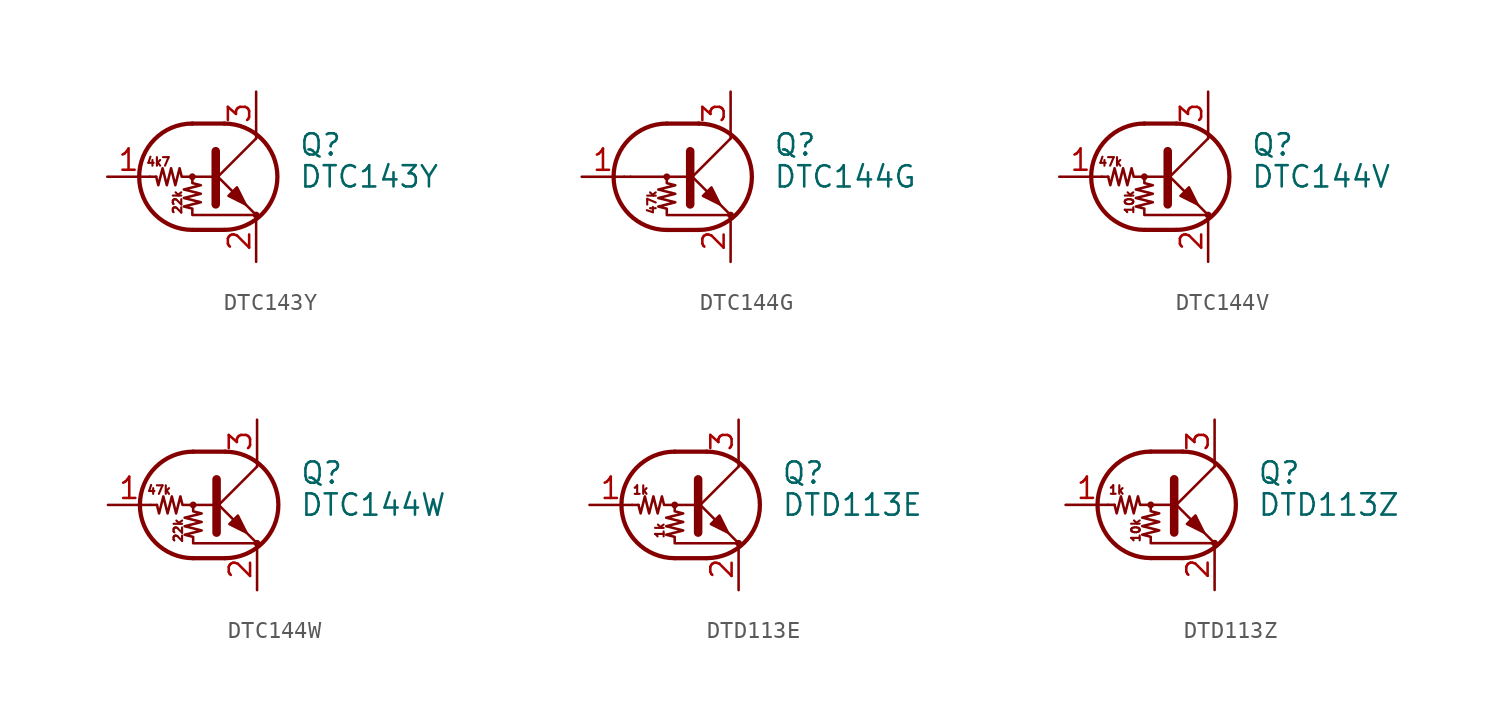
<source format=kicad_sym>
(kicad_symbol_lib
  (version 20220914)
  (generator kicad_symbol_editor)
  (symbol "DTC143Y"
    (pin_names
      (offset 0) hide)
    (property "Reference" "Q"
      (at 5.08 1.905 0)
      (effects (font (size 1.27 1.27)) (justify left)))
    (property "Value" "DTC143Y"
      (at 5.08 0 0)
      (effects (font (size 1.27 1.27)) (justify left)))
    (symbol "DTC143Y_0_0"
      (text "22k" (at -2.159 -1.524 900) (effects (font (size 0.508 0.508))))
      (text "4k7" (at -3.302 0.889 0) (effects (font (size 0.508 0.508)))))
    (symbol "DTC143Y_0_1"
      (circle (center -1.27 0) (radius 0.127) (stroke (width 0) (type default)) (fill (type none)))
      (arc (start -1.27 3.175) (mid -4.4312 0) (end -1.27 -3.175) (stroke (width 0.254) (type default)) (fill (type none)))
      (polyline (pts (xy -3.429 0) (xy -3.81 0)) (stroke (width 0) (type default)) (fill (type none)))
      (polyline (pts (xy -1.27 -3.175) (xy 0.635 -3.175)) (stroke (width 0.254) (type default)) (fill (type none)))
      (polyline (pts (xy -1.27 3.175) (xy 0.635 3.175)) (stroke (width 0.254) (type default)) (fill (type none)))
      (polyline (pts (xy 0 -0.254) (xy 2.54 2.286)) (stroke (width 0) (type default)) (fill (type none)))
      (polyline (pts (xy 0.127 1.524) (xy 0.127 -1.651)) (stroke (width 0.508) (type default)) (fill (type outline)))
      (polyline (pts (xy 2.54 2.286) (xy 2.54 2.54)) (stroke (width 0) (type default)) (fill (type none)))
      (polyline (pts (xy 2.54 -2.286) (xy 0 0.254) (xy 0 0.254)) (stroke (width 0) (type default)) (fill (type none)))
      (polyline (pts (xy 0.889 -1.143) (xy 1.397 -0.635) (xy 1.905 -1.651) (xy 0.889 -1.143)) (stroke (width 0) (type default)) (fill (type outline)))
      (polyline (pts (xy 0 0) (xy -1.905 0) (xy -2.032 0.508) (xy -2.286 -0.508) (xy -2.54 0.508) (xy -2.794 -0.508) (xy -3.048 0.508) (xy -3.302 -0.508) (xy -3.429 0)) (stroke (width 0) (type default)) (fill (type none)))
      (polyline (pts (xy -1.27 0) (xy -1.27 -0.381) (xy -0.762 -0.508) (xy -1.778 -0.762) (xy -0.762 -1.016) (xy -1.778 -1.27) (xy -0.762 -1.524) (xy -1.778 -1.778) (xy -1.27 -1.905) (xy -1.27 -2.286) (xy 2.54 -2.286)) (stroke (width 0) (type default)) (fill (type none)))
      (arc (start 0.635 -3.175) (mid 3.7962 0) (end 0.635 3.175) (stroke (width 0.254) (type default)) (fill (type none)))
      (circle (center 2.54 -2.286) (radius 0.127) (stroke (width 0) (type default)) (fill (type none))))
    (symbol "DTC143Y_1_1"
      (pin input line (at -6.35 0 0) (length 2.54) (name "B" (effects (font (size 1.27 1.27)))) (number "1" (effects (font (size 1.27 1.27)))))
      (pin passive line (at 2.54 -5.08 90) (length 2.54) (name "E" (effects (font (size 1.27 1.27)))) (number "2" (effects (font (size 1.27 1.27)))))
      (pin passive line (at 2.54 5.08 270) (length 2.54) (name "C" (effects (font (size 1.27 1.27)))) (number "3" (effects (font (size 1.27 1.27)))))))
  (symbol "DTC144G"
    (pin_names
      (offset 0) hide)
    (property "Reference" "Q"
      (at 5.08 1.905 0)
      (effects (font (size 1.27 1.27)) (justify left)))
    (property "Value" "DTC144G"
      (at 5.08 0 0)
      (effects (font (size 1.27 1.27)) (justify left)))
    (symbol "DTC144G_0_0"
      (polyline (pts (xy -3.429 0) (xy 0 0)) (stroke (width 0) (type default)) (fill (type none)))
      (text "47k" (at -2.159 -1.524 900) (effects (font (size 0.508 0.508)))))
    (symbol "DTC144G_0_1"
      (circle (center -1.27 0) (radius 0.127) (stroke (width 0) (type default)) (fill (type none)))
      (arc (start -1.27 3.175) (mid -4.4312 0) (end -1.27 -3.175) (stroke (width 0.254) (type default)) (fill (type none)))
      (polyline (pts (xy -3.429 0) (xy -3.81 0)) (stroke (width 0) (type default)) (fill (type none)))
      (polyline (pts (xy -1.27 -3.175) (xy 0.635 -3.175)) (stroke (width 0.254) (type default)) (fill (type none)))
      (polyline (pts (xy -1.27 3.175) (xy 0.635 3.175)) (stroke (width 0.254) (type default)) (fill (type none)))
      (polyline (pts (xy 0 -0.254) (xy 2.54 2.286)) (stroke (width 0) (type default)) (fill (type none)))
      (polyline (pts (xy 0.127 1.524) (xy 0.127 -1.651)) (stroke (width 0.508) (type default)) (fill (type outline)))
      (polyline (pts (xy 2.54 2.286) (xy 2.54 2.54)) (stroke (width 0) (type default)) (fill (type none)))
      (polyline (pts (xy 2.54 -2.286) (xy 0 0.254) (xy 0 0.254)) (stroke (width 0) (type default)) (fill (type none)))
      (polyline (pts (xy 0.889 -1.143) (xy 1.397 -0.635) (xy 1.905 -1.651) (xy 0.889 -1.143)) (stroke (width 0) (type default)) (fill (type outline)))
      (polyline (pts (xy -1.27 0) (xy -1.27 -0.381) (xy -0.762 -0.508) (xy -1.778 -0.762) (xy -0.762 -1.016) (xy -1.778 -1.27) (xy -0.762 -1.524) (xy -1.778 -1.778) (xy -1.27 -1.905) (xy -1.27 -2.286) (xy 2.54 -2.286)) (stroke (width 0) (type default)) (fill (type none)))
      (arc (start 0.635 -3.175) (mid 3.7962 0) (end 0.635 3.175) (stroke (width 0.254) (type default)) (fill (type none)))
      (circle (center 2.54 -2.286) (radius 0.127) (stroke (width 0) (type default)) (fill (type none))))
    (symbol "DTC144G_1_1"
      (pin input line (at -6.35 0 0) (length 2.54) (name "B" (effects (font (size 1.27 1.27)))) (number "1" (effects (font (size 1.27 1.27)))))
      (pin passive line (at 2.54 -5.08 90) (length 2.54) (name "E" (effects (font (size 1.27 1.27)))) (number "2" (effects (font (size 1.27 1.27)))))
      (pin passive line (at 2.54 5.08 270) (length 2.54) (name "C" (effects (font (size 1.27 1.27)))) (number "3" (effects (font (size 1.27 1.27)))))))
  (symbol "DTC144V"
    (pin_names
      (offset 0) hide)
    (property "Reference" "Q"
      (at 5.08 1.905 0)
      (effects (font (size 1.27 1.27)) (justify left)))
    (property "Value" "DTC144V"
      (at 5.08 0 0)
      (effects (font (size 1.27 1.27)) (justify left)))
    (symbol "DTC144V_0_0"
      (text "10k" (at -2.159 -1.524 900) (effects (font (size 0.508 0.508))))
      (text "47k" (at -3.302 0.889 0) (effects (font (size 0.508 0.508)))))
    (symbol "DTC144V_0_1"
      (circle (center -1.27 0) (radius 0.127) (stroke (width 0) (type default)) (fill (type none)))
      (arc (start -1.27 3.175) (mid -4.4312 0) (end -1.27 -3.175) (stroke (width 0.254) (type default)) (fill (type none)))
      (polyline (pts (xy -3.429 0) (xy -3.81 0)) (stroke (width 0) (type default)) (fill (type none)))
      (polyline (pts (xy -1.27 -3.175) (xy 0.635 -3.175)) (stroke (width 0.254) (type default)) (fill (type none)))
      (polyline (pts (xy -1.27 3.175) (xy 0.635 3.175)) (stroke (width 0.254) (type default)) (fill (type none)))
      (polyline (pts (xy 0 -0.254) (xy 2.54 2.286)) (stroke (width 0) (type default)) (fill (type none)))
      (polyline (pts (xy 0.127 1.524) (xy 0.127 -1.651)) (stroke (width 0.508) (type default)) (fill (type outline)))
      (polyline (pts (xy 2.54 2.286) (xy 2.54 2.54)) (stroke (width 0) (type default)) (fill (type none)))
      (polyline (pts (xy 2.54 -2.286) (xy 0 0.254) (xy 0 0.254)) (stroke (width 0) (type default)) (fill (type none)))
      (polyline (pts (xy 0.889 -1.143) (xy 1.397 -0.635) (xy 1.905 -1.651) (xy 0.889 -1.143)) (stroke (width 0) (type default)) (fill (type outline)))
      (polyline (pts (xy 0 0) (xy -1.905 0) (xy -2.032 0.508) (xy -2.286 -0.508) (xy -2.54 0.508) (xy -2.794 -0.508) (xy -3.048 0.508) (xy -3.302 -0.508) (xy -3.429 0)) (stroke (width 0) (type default)) (fill (type none)))
      (polyline (pts (xy -1.27 0) (xy -1.27 -0.381) (xy -0.762 -0.508) (xy -1.778 -0.762) (xy -0.762 -1.016) (xy -1.778 -1.27) (xy -0.762 -1.524) (xy -1.778 -1.778) (xy -1.27 -1.905) (xy -1.27 -2.286) (xy 2.54 -2.286)) (stroke (width 0) (type default)) (fill (type none)))
      (arc (start 0.635 -3.175) (mid 3.7962 0) (end 0.635 3.175) (stroke (width 0.254) (type default)) (fill (type none)))
      (circle (center 2.54 -2.286) (radius 0.127) (stroke (width 0) (type default)) (fill (type none))))
    (symbol "DTC144V_1_1"
      (pin input line (at -6.35 0 0) (length 2.54) (name "B" (effects (font (size 1.27 1.27)))) (number "1" (effects (font (size 1.27 1.27)))))
      (pin passive line (at 2.54 -5.08 90) (length 2.54) (name "E" (effects (font (size 1.27 1.27)))) (number "2" (effects (font (size 1.27 1.27)))))
      (pin passive line (at 2.54 5.08 270) (length 2.54) (name "C" (effects (font (size 1.27 1.27)))) (number "3" (effects (font (size 1.27 1.27)))))))
  (symbol "DTC144W"
    (pin_names
      (offset 0) hide)
    (property "Reference" "Q"
      (at 5.08 1.905 0)
      (effects (font (size 1.27 1.27)) (justify left)))
    (property "Value" "DTC144W"
      (at 5.08 0 0)
      (effects (font (size 1.27 1.27)) (justify left)))
    (symbol "DTC144W_0_0"
      (text "22k" (at -2.159 -1.524 900) (effects (font (size 0.508 0.508))))
      (text "47k" (at -3.302 0.889 0) (effects (font (size 0.508 0.508)))))
    (symbol "DTC144W_0_1"
      (circle (center -1.27 0) (radius 0.127) (stroke (width 0) (type default)) (fill (type none)))
      (arc (start -1.27 3.175) (mid -4.4312 0) (end -1.27 -3.175) (stroke (width 0.254) (type default)) (fill (type none)))
      (polyline (pts (xy -3.429 0) (xy -3.81 0)) (stroke (width 0) (type default)) (fill (type none)))
      (polyline (pts (xy -1.27 -3.175) (xy 0.635 -3.175)) (stroke (width 0.254) (type default)) (fill (type none)))
      (polyline (pts (xy -1.27 3.175) (xy 0.635 3.175)) (stroke (width 0.254) (type default)) (fill (type none)))
      (polyline (pts (xy 0 -0.254) (xy 2.54 2.286)) (stroke (width 0) (type default)) (fill (type none)))
      (polyline (pts (xy 0.127 1.524) (xy 0.127 -1.651)) (stroke (width 0.508) (type default)) (fill (type outline)))
      (polyline (pts (xy 2.54 2.286) (xy 2.54 2.54)) (stroke (width 0) (type default)) (fill (type none)))
      (polyline (pts (xy 2.54 -2.286) (xy 0 0.254) (xy 0 0.254)) (stroke (width 0) (type default)) (fill (type none)))
      (polyline (pts (xy 0.889 -1.143) (xy 1.397 -0.635) (xy 1.905 -1.651) (xy 0.889 -1.143)) (stroke (width 0) (type default)) (fill (type outline)))
      (polyline (pts (xy 0 0) (xy -1.905 0) (xy -2.032 0.508) (xy -2.286 -0.508) (xy -2.54 0.508) (xy -2.794 -0.508) (xy -3.048 0.508) (xy -3.302 -0.508) (xy -3.429 0)) (stroke (width 0) (type default)) (fill (type none)))
      (polyline (pts (xy -1.27 0) (xy -1.27 -0.381) (xy -0.762 -0.508) (xy -1.778 -0.762) (xy -0.762 -1.016) (xy -1.778 -1.27) (xy -0.762 -1.524) (xy -1.778 -1.778) (xy -1.27 -1.905) (xy -1.27 -2.286) (xy 2.54 -2.286)) (stroke (width 0) (type default)) (fill (type none)))
      (arc (start 0.635 -3.175) (mid 3.7962 0) (end 0.635 3.175) (stroke (width 0.254) (type default)) (fill (type none)))
      (circle (center 2.54 -2.286) (radius 0.127) (stroke (width 0) (type default)) (fill (type none))))
    (symbol "DTC144W_1_1"
      (pin input line (at -6.35 0 0) (length 2.54) (name "B" (effects (font (size 1.27 1.27)))) (number "1" (effects (font (size 1.27 1.27)))))
      (pin passive line (at 2.54 -5.08 90) (length 2.54) (name "E" (effects (font (size 1.27 1.27)))) (number "2" (effects (font (size 1.27 1.27)))))
      (pin passive line (at 2.54 5.08 270) (length 2.54) (name "C" (effects (font (size 1.27 1.27)))) (number "3" (effects (font (size 1.27 1.27)))))))
  (symbol "DTD113E"
    (pin_names
      (offset 0) hide)
    (property "Reference" "Q"
      (at 5.08 1.905 0)
      (effects (font (size 1.27 1.27)) (justify left)))
    (property "Value" "DTD113E"
      (at 5.08 0 0)
      (effects (font (size 1.27 1.27)) (justify left)))
    (symbol "DTD113E_0_0"
      (text "1k" (at -3.302 0.889 0) (effects (font (size 0.508 0.508))))
      (text "1k" (at -2.159 -1.524 900) (effects (font (size 0.508 0.508)))))
    (symbol "DTD113E_0_1"
      (circle (center -1.27 0) (radius 0.127) (stroke (width 0) (type default)) (fill (type none)))
      (arc (start -1.27 3.175) (mid -4.4312 0) (end -1.27 -3.175) (stroke (width 0.254) (type default)) (fill (type none)))
      (polyline (pts (xy -3.429 0) (xy -3.81 0)) (stroke (width 0) (type default)) (fill (type none)))
      (polyline (pts (xy -1.27 -3.175) (xy 0.635 -3.175)) (stroke (width 0.254) (type default)) (fill (type none)))
      (polyline (pts (xy -1.27 3.175) (xy 0.635 3.175)) (stroke (width 0.254) (type default)) (fill (type none)))
      (polyline (pts (xy 0 -0.254) (xy 2.54 2.286)) (stroke (width 0) (type default)) (fill (type none)))
      (polyline (pts (xy 0.127 1.524) (xy 0.127 -1.651)) (stroke (width 0.508) (type default)) (fill (type outline)))
      (polyline (pts (xy 2.54 2.286) (xy 2.54 2.54)) (stroke (width 0) (type default)) (fill (type none)))
      (polyline (pts (xy 2.54 -2.286) (xy 0 0.254) (xy 0 0.254)) (stroke (width 0) (type default)) (fill (type none)))
      (polyline (pts (xy 0.889 -1.143) (xy 1.397 -0.635) (xy 1.905 -1.651) (xy 0.889 -1.143)) (stroke (width 0) (type default)) (fill (type outline)))
      (polyline (pts (xy 0 0) (xy -1.905 0) (xy -2.032 0.508) (xy -2.286 -0.508) (xy -2.54 0.508) (xy -2.794 -0.508) (xy -3.048 0.508) (xy -3.302 -0.508) (xy -3.429 0)) (stroke (width 0) (type default)) (fill (type none)))
      (polyline (pts (xy -1.27 0) (xy -1.27 -0.381) (xy -0.762 -0.508) (xy -1.778 -0.762) (xy -0.762 -1.016) (xy -1.778 -1.27) (xy -0.762 -1.524) (xy -1.778 -1.778) (xy -1.27 -1.905) (xy -1.27 -2.286) (xy 2.54 -2.286)) (stroke (width 0) (type default)) (fill (type none)))
      (arc (start 0.635 -3.175) (mid 3.7962 0) (end 0.635 3.175) (stroke (width 0.254) (type default)) (fill (type none)))
      (circle (center 2.54 -2.286) (radius 0.127) (stroke (width 0) (type default)) (fill (type none))))
    (symbol "DTD113E_1_1"
      (pin input line (at -6.35 0 0) (length 2.54) (name "B" (effects (font (size 1.27 1.27)))) (number "1" (effects (font (size 1.27 1.27)))))
      (pin passive line (at 2.54 -5.08 90) (length 2.54) (name "E" (effects (font (size 1.27 1.27)))) (number "2" (effects (font (size 1.27 1.27)))))
      (pin passive line (at 2.54 5.08 270) (length 2.54) (name "C" (effects (font (size 1.27 1.27)))) (number "3" (effects (font (size 1.27 1.27)))))))
  (symbol "DTD113Z"
    (pin_names
      (offset 0) hide)
    (property "Reference" "Q"
      (at 5.08 1.905 0)
      (effects (font (size 1.27 1.27)) (justify left)))
    (property "Value" "DTD113Z"
      (at 5.08 0 0)
      (effects (font (size 1.27 1.27)) (justify left)))
    (symbol "DTD113Z_0_0"
      (text "10k" (at -2.159 -1.524 900) (effects (font (size 0.508 0.508))))
      (text "1k" (at -3.302 0.889 0) (effects (font (size 0.508 0.508)))))
    (symbol "DTD113Z_0_1"
      (circle (center -1.27 0) (radius 0.127) (stroke (width 0) (type default)) (fill (type none)))
      (arc (start -1.27 3.175) (mid -4.4312 0) (end -1.27 -3.175) (stroke (width 0.254) (type default)) (fill (type none)))
      (polyline (pts (xy -3.429 0) (xy -3.81 0)) (stroke (width 0) (type default)) (fill (type none)))
      (polyline (pts (xy -1.27 -3.175) (xy 0.635 -3.175)) (stroke (width 0.254) (type default)) (fill (type none)))
      (polyline (pts (xy -1.27 3.175) (xy 0.635 3.175)) (stroke (width 0.254) (type default)) (fill (type none)))
      (polyline (pts (xy 0 -0.254) (xy 2.54 2.286)) (stroke (width 0) (type default)) (fill (type none)))
      (polyline (pts (xy 0.127 1.524) (xy 0.127 -1.651)) (stroke (width 0.508) (type default)) (fill (type outline)))
      (polyline (pts (xy 2.54 2.286) (xy 2.54 2.54)) (stroke (width 0) (type default)) (fill (type none)))
      (polyline (pts (xy 2.54 -2.286) (xy 0 0.254) (xy 0 0.254)) (stroke (width 0) (type default)) (fill (type none)))
      (polyline (pts (xy 0.889 -1.143) (xy 1.397 -0.635) (xy 1.905 -1.651) (xy 0.889 -1.143)) (stroke (width 0) (type default)) (fill (type outline)))
      (polyline (pts (xy 0 0) (xy -1.905 0) (xy -2.032 0.508) (xy -2.286 -0.508) (xy -2.54 0.508) (xy -2.794 -0.508) (xy -3.048 0.508) (xy -3.302 -0.508) (xy -3.429 0)) (stroke (width 0) (type default)) (fill (type none)))
      (polyline (pts (xy -1.27 0) (xy -1.27 -0.381) (xy -0.762 -0.508) (xy -1.778 -0.762) (xy -0.762 -1.016) (xy -1.778 -1.27) (xy -0.762 -1.524) (xy -1.778 -1.778) (xy -1.27 -1.905) (xy -1.27 -2.286) (xy 2.54 -2.286)) (stroke (width 0) (type default)) (fill (type none)))
      (arc (start 0.635 -3.175) (mid 3.7962 0) (end 0.635 3.175) (stroke (width 0.254) (type default)) (fill (type none)))
      (circle (center 2.54 -2.286) (radius 0.127) (stroke (width 0) (type default)) (fill (type none))))
    (symbol "DTD113Z_1_1"
      (pin input line (at -6.35 0 0) (length 2.54) (name "B" (effects (font (size 1.27 1.27)))) (number "1" (effects (font (size 1.27 1.27)))))
      (pin passive line (at 2.54 -5.08 90) (length 2.54) (name "E" (effects (font (size 1.27 1.27)))) (number "2" (effects (font (size 1.27 1.27)))))
      (pin passive line (at 2.54 5.08 270) (length 2.54) (name "C" (effects (font (size 1.27 1.27)))) (number "3" (effects (font (size 1.27 1.27))))))))
</source>
